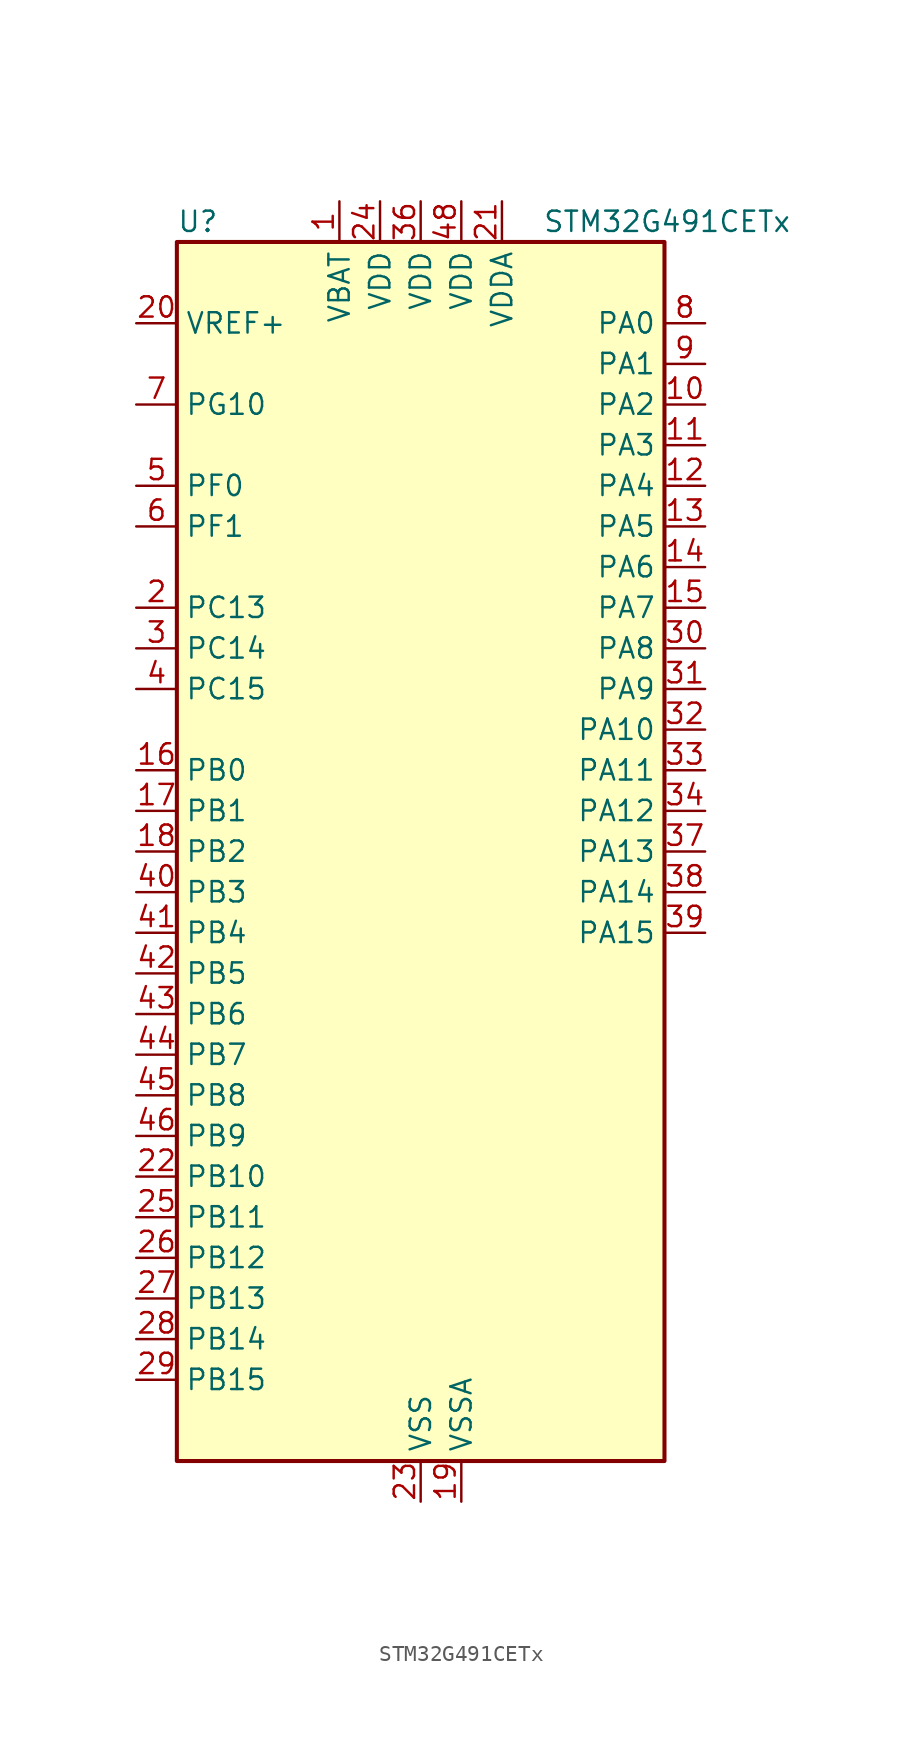
<source format=kicad_sym>
(kicad_symbol_lib
  (version 20241209)
  (generator "kicad_symbol_editor")
  (generator_version "9.0")
  (symbol "STM32G491CETx"
    (property "Reference" "U"
      (at -15.24 39.37 0)
      (effects (font (size 1.27 1.27)) (justify left)))
    (property "Value" "STM32G491CETx"
      (at 7.62 39.37 0)
      (effects (font (size 1.27 1.27)) (justify left)))
    (symbol "STM32G491CETx_0_1"
      (rectangle (start -15.24 -38.1) (end 15.24 38.1) (stroke (width 0.254) (type default)) (fill (type background))))
    (symbol "STM32G491CETx_1_1"
      (pin input line (at -17.78 33.02 0) (length 2.54) (name "VREF+" (effects (font (size 1.27 1.27)))) (number "20" (effects (font (size 1.27 1.27)))) (alternate "VREFBUF_OUT" bidirectional line))
      (pin bidirectional line (at -17.78 27.94 0) (length 2.54) (name "PG10" (effects (font (size 1.27 1.27)))) (number "7" (effects (font (size 1.27 1.27)))) (alternate "DAC1_EXTI10" bidirectional line) (alternate "DAC3_EXTI10" bidirectional line) (alternate "RCC_MCO" bidirectional line))
      (pin bidirectional line (at -17.78 22.86 0) (length 2.54) (name "PF0" (effects (font (size 1.27 1.27)))) (number "5" (effects (font (size 1.27 1.27)))) (alternate "ADC1_IN10" bidirectional line) (alternate "I2C2_SDA" bidirectional line) (alternate "I2S2_WS" bidirectional line) (alternate "RCC_OSC_IN" bidirectional line) (alternate "SPI2_NSS" bidirectional line) (alternate "TIM1_CH3N" bidirectional line))
      (pin bidirectional line (at -17.78 20.32 0) (length 2.54) (name "PF1" (effects (font (size 1.27 1.27)))) (number "6" (effects (font (size 1.27 1.27)))) (alternate "ADC2_IN10" bidirectional line) (alternate "COMP3_INM" bidirectional line) (alternate "I2S2_CK" bidirectional line) (alternate "RCC_OSC_OUT" bidirectional line) (alternate "SPI2_SCK" bidirectional line))
      (pin bidirectional line (at -17.78 15.24 0) (length 2.54) (name "PC13" (effects (font (size 1.27 1.27)))) (number "2" (effects (font (size 1.27 1.27)))) (alternate "RTC_OUT1" bidirectional line) (alternate "RTC_TAMP1" bidirectional line) (alternate "RTC_TS" bidirectional line) (alternate "SYS_WKUP2" bidirectional line) (alternate "TIM1_BKIN" bidirectional line) (alternate "TIM1_CH1N" bidirectional line) (alternate "TIM8_CH4N" bidirectional line))
      (pin bidirectional line (at -17.78 12.7 0) (length 2.54) (name "PC14" (effects (font (size 1.27 1.27)))) (number "3" (effects (font (size 1.27 1.27)))) (alternate "RCC_OSC32_IN" bidirectional line))
      (pin bidirectional line (at -17.78 10.16 0) (length 2.54) (name "PC15" (effects (font (size 1.27 1.27)))) (number "4" (effects (font (size 1.27 1.27)))) (alternate "ADC1_EXTI15" bidirectional line) (alternate "ADC2_EXTI15" bidirectional line) (alternate "RCC_OSC32_OUT" bidirectional line))
      (pin bidirectional line (at -17.78 5.08 0) (length 2.54) (name "PB0" (effects (font (size 1.27 1.27)))) (number "16" (effects (font (size 1.27 1.27)))) (alternate "ADC1_IN15" bidirectional line) (alternate "ADC3_IN12" bidirectional line) (alternate "COMP4_INP" bidirectional line) (alternate "OPAMP2_VINP" bidirectional line) (alternate "OPAMP2_VINP_SEC" bidirectional line) (alternate "OPAMP3_VINP" bidirectional line) (alternate "OPAMP3_VINP_SEC" bidirectional line) (alternate "QUADSPI1_BK1_IO1" bidirectional line) (alternate "TIM1_CH2N" bidirectional line) (alternate "TIM3_CH3" bidirectional line) (alternate "TIM8_CH2N" bidirectional line) (alternate "UCPD1_FRSTX1" bidirectional line) (alternate "UCPD1_FRSTX2" bidirectional line))
      (pin bidirectional line (at -17.78 2.54 0) (length 2.54) (name "PB1" (effects (font (size 1.27 1.27)))) (number "17" (effects (font (size 1.27 1.27)))) (alternate "ADC1_IN12" bidirectional line) (alternate "ADC3_IN1" bidirectional line) (alternate "COMP1_INP" bidirectional line) (alternate "COMP4_OUT" bidirectional line) (alternate "LPUART1_DE" bidirectional line) (alternate "LPUART1_RTS" bidirectional line) (alternate "OPAMP3_VOUT" bidirectional line) (alternate "OPAMP6_VINM" bidirectional line) (alternate "OPAMP6_VINM1" bidirectional line) (alternate "OPAMP6_VINM_SEC" bidirectional line) (alternate "QUADSPI1_BK1_IO0" bidirectional line) (alternate "TIM1_CH3N" bidirectional line) (alternate "TIM3_CH4" bidirectional line) (alternate "TIM8_CH3N" bidirectional line))
      (pin bidirectional line (at -17.78 0 0) (length 2.54) (name "PB2" (effects (font (size 1.27 1.27)))) (number "18" (effects (font (size 1.27 1.27)))) (alternate "ADC2_IN12" bidirectional line) (alternate "ADC3_EXTI2" bidirectional line) (alternate "COMP4_INM" bidirectional line) (alternate "I2C3_SMBA" bidirectional line) (alternate "LPTIM1_OUT" bidirectional line) (alternate "OPAMP3_VINM" bidirectional line) (alternate "OPAMP3_VINM0" bidirectional line) (alternate "OPAMP3_VINM_SEC" bidirectional line) (alternate "QUADSPI1_BK2_IO1" bidirectional line) (alternate "RTC_OUT2" bidirectional line) (alternate "TIM20_CH1" bidirectional line))
      (pin bidirectional line (at -17.78 -2.54 0) (length 2.54) (name "PB3" (effects (font (size 1.27 1.27)))) (number "40" (effects (font (size 1.27 1.27)))) (alternate "ADC3_EXTI3" bidirectional line) (alternate "CRS_SYNC" bidirectional line) (alternate "I2S3_CK" bidirectional line) (alternate "SAI1_SCK_B" bidirectional line) (alternate "SPI1_SCK" bidirectional line) (alternate "SPI3_SCK" bidirectional line) (alternate "SYS_JTDO-SWO" bidirectional line) (alternate "TIM2_CH2" bidirectional line) (alternate "TIM3_ETR" bidirectional line) (alternate "TIM4_ETR" bidirectional line) (alternate "TIM8_CH1N" bidirectional line) (alternate "USART2_TX" bidirectional line))
      (pin bidirectional line (at -17.78 -5.08 0) (length 2.54) (name "PB4" (effects (font (size 1.27 1.27)))) (number "41" (effects (font (size 1.27 1.27)))) (alternate "SAI1_MCLK_B" bidirectional line) (alternate "SPI1_MISO" bidirectional line) (alternate "SPI3_MISO" bidirectional line) (alternate "SYS_JTRST" bidirectional line) (alternate "TIM16_CH1" bidirectional line) (alternate "TIM17_BKIN" bidirectional line) (alternate "TIM3_CH1" bidirectional line) (alternate "TIM8_CH2N" bidirectional line) (alternate "UCPD1_CC2" bidirectional line) (alternate "USART2_RX" bidirectional line))
      (pin bidirectional line (at -17.78 -7.62 0) (length 2.54) (name "PB5" (effects (font (size 1.27 1.27)))) (number "42" (effects (font (size 1.27 1.27)))) (alternate "FDCAN2_RX" bidirectional line) (alternate "I2C1_SMBA" bidirectional line) (alternate "I2C3_SDA" bidirectional line) (alternate "I2S3_SD" bidirectional line) (alternate "LPTIM1_IN1" bidirectional line) (alternate "SAI1_SD_B" bidirectional line) (alternate "SPI1_MOSI" bidirectional line) (alternate "SPI3_MOSI" bidirectional line) (alternate "TIM16_BKIN" bidirectional line) (alternate "TIM17_CH1" bidirectional line) (alternate "TIM3_CH2" bidirectional line) (alternate "TIM8_CH3N" bidirectional line) (alternate "USART2_CK" bidirectional line))
      (pin bidirectional line (at -17.78 -10.16 0) (length 2.54) (name "PB6" (effects (font (size 1.27 1.27)))) (number "43" (effects (font (size 1.27 1.27)))) (alternate "COMP4_OUT" bidirectional line) (alternate "FDCAN2_TX" bidirectional line) (alternate "LPTIM1_ETR" bidirectional line) (alternate "SAI1_FS_B" bidirectional line) (alternate "TIM16_CH1N" bidirectional line) (alternate "TIM4_CH1" bidirectional line) (alternate "TIM8_BKIN2" bidirectional line) (alternate "TIM8_CH1" bidirectional line) (alternate "TIM8_ETR" bidirectional line) (alternate "UCPD1_CC1" bidirectional line) (alternate "USART1_TX" bidirectional line))
      (pin bidirectional line (at -17.78 -12.7 0) (length 2.54) (name "PB7" (effects (font (size 1.27 1.27)))) (number "44" (effects (font (size 1.27 1.27)))) (alternate "COMP3_OUT" bidirectional line) (alternate "I2C1_SDA" bidirectional line) (alternate "LPTIM1_IN2" bidirectional line) (alternate "SYS_PVD_IN" bidirectional line) (alternate "TIM17_CH1N" bidirectional line) (alternate "TIM3_CH4" bidirectional line) (alternate "TIM4_CH2" bidirectional line) (alternate "TIM8_BKIN" bidirectional line) (alternate "USART1_RX" bidirectional line))
      (pin bidirectional line (at -17.78 -15.24 0) (length 2.54) (name "PB8" (effects (font (size 1.27 1.27)))) (number "45" (effects (font (size 1.27 1.27)))) (alternate "COMP1_OUT" bidirectional line) (alternate "FDCAN1_RX" bidirectional line) (alternate "I2C1_SCL" bidirectional line) (alternate "SAI1_CK1" bidirectional line) (alternate "SAI1_MCLK_A" bidirectional line) (alternate "TIM16_CH1" bidirectional line) (alternate "TIM1_BKIN" bidirectional line) (alternate "TIM4_CH3" bidirectional line) (alternate "TIM8_CH2" bidirectional line) (alternate "USART3_RX" bidirectional line))
      (pin bidirectional line (at -17.78 -17.78 0) (length 2.54) (name "PB9" (effects (font (size 1.27 1.27)))) (number "46" (effects (font (size 1.27 1.27)))) (alternate "COMP2_OUT" bidirectional line) (alternate "DAC1_EXTI9" bidirectional line) (alternate "DAC3_EXTI9" bidirectional line) (alternate "FDCAN1_TX" bidirectional line) (alternate "I2C1_SDA" bidirectional line) (alternate "IR_OUT" bidirectional line) (alternate "SAI1_D2" bidirectional line) (alternate "SAI1_FS_A" bidirectional line) (alternate "TIM17_CH1" bidirectional line) (alternate "TIM1_CH3N" bidirectional line) (alternate "TIM4_CH4" bidirectional line) (alternate "TIM8_CH3" bidirectional line) (alternate "USART3_TX" bidirectional line))
      (pin bidirectional line (at -17.78 -20.32 0) (length 2.54) (name "PB10" (effects (font (size 1.27 1.27)))) (number "22" (effects (font (size 1.27 1.27)))) (alternate "DAC1_EXTI10" bidirectional line) (alternate "DAC3_EXTI10" bidirectional line) (alternate "LPUART1_RX" bidirectional line) (alternate "OPAMP3_VINM" bidirectional line) (alternate "OPAMP3_VINM1" bidirectional line) (alternate "OPAMP3_VINM_SEC" bidirectional line) (alternate "QUADSPI1_CLK" bidirectional line) (alternate "SAI1_SCK_A" bidirectional line) (alternate "TIM1_BKIN" bidirectional line) (alternate "TIM2_CH3" bidirectional line) (alternate "USART3_TX" bidirectional line))
      (pin bidirectional line (at -17.78 -22.86 0) (length 2.54) (name "PB11" (effects (font (size 1.27 1.27)))) (number "25" (effects (font (size 1.27 1.27)))) (alternate "ADC1_EXTI11" bidirectional line) (alternate "ADC1_IN14" bidirectional line) (alternate "ADC2_EXTI11" bidirectional line) (alternate "ADC2_IN14" bidirectional line) (alternate "LPUART1_TX" bidirectional line) (alternate "OPAMP6_VOUT" bidirectional line) (alternate "QUADSPI1_BK1_NCS" bidirectional line) (alternate "TIM2_CH4" bidirectional line) (alternate "USART3_RX" bidirectional line))
      (pin bidirectional line (at -17.78 -25.4 0) (length 2.54) (name "PB12" (effects (font (size 1.27 1.27)))) (number "26" (effects (font (size 1.27 1.27)))) (alternate "ADC1_IN11" bidirectional line) (alternate "FDCAN2_RX" bidirectional line) (alternate "I2C2_SMBA" bidirectional line) (alternate "I2S2_WS" bidirectional line) (alternate "LPUART1_DE" bidirectional line) (alternate "LPUART1_RTS" bidirectional line) (alternate "OPAMP6_VINP" bidirectional line) (alternate "OPAMP6_VINP_SEC" bidirectional line) (alternate "SPI2_NSS" bidirectional line) (alternate "TIM1_BKIN" bidirectional line) (alternate "USART3_CK" bidirectional line))
      (pin bidirectional line (at -17.78 -27.94 0) (length 2.54) (name "PB13" (effects (font (size 1.27 1.27)))) (number "27" (effects (font (size 1.27 1.27)))) (alternate "ADC3_IN5" bidirectional line) (alternate "FDCAN2_TX" bidirectional line) (alternate "I2S2_CK" bidirectional line) (alternate "LPUART1_CTS" bidirectional line) (alternate "OPAMP3_VINP" bidirectional line) (alternate "OPAMP3_VINP_SEC" bidirectional line) (alternate "OPAMP6_VINP" bidirectional line) (alternate "OPAMP6_VINP_SEC" bidirectional line) (alternate "SPI2_SCK" bidirectional line) (alternate "TIM1_CH1N" bidirectional line) (alternate "USART3_CTS" bidirectional line) (alternate "USART3_NSS" bidirectional line))
      (pin bidirectional line (at -17.78 -30.48 0) (length 2.54) (name "PB14" (effects (font (size 1.27 1.27)))) (number "28" (effects (font (size 1.27 1.27)))) (alternate "ADC1_IN5" bidirectional line) (alternate "COMP4_OUT" bidirectional line) (alternate "OPAMP2_VINP" bidirectional line) (alternate "OPAMP2_VINP_SEC" bidirectional line) (alternate "SPI2_MISO" bidirectional line) (alternate "TIM15_CH1" bidirectional line) (alternate "TIM1_CH2N" bidirectional line) (alternate "USART3_DE" bidirectional line) (alternate "USART3_RTS" bidirectional line))
      (pin bidirectional line (at -17.78 -33.02 0) (length 2.54) (name "PB15" (effects (font (size 1.27 1.27)))) (number "29" (effects (font (size 1.27 1.27)))) (alternate "ADC1_EXTI15" bidirectional line) (alternate "ADC2_EXTI15" bidirectional line) (alternate "ADC2_IN15" bidirectional line) (alternate "COMP3_OUT" bidirectional line) (alternate "I2S2_SD" bidirectional line) (alternate "RTC_REFIN" bidirectional line) (alternate "SPI2_MOSI" bidirectional line) (alternate "TIM15_CH1N" bidirectional line) (alternate "TIM15_CH2" bidirectional line) (alternate "TIM1_CH3N" bidirectional line))
      (pin power_in line (at -5.08 40.64 270) (length 2.54) (name "VBAT" (effects (font (size 1.27 1.27)))) (number "1" (effects (font (size 1.27 1.27)))))
      (pin power_in line (at -2.54 40.64 270) (length 2.54) (name "VDD" (effects (font (size 1.27 1.27)))) (number "24" (effects (font (size 1.27 1.27)))))
      (pin power_in line (at 0 40.64 270) (length 2.54) (name "VDD" (effects (font (size 1.27 1.27)))) (number "36" (effects (font (size 1.27 1.27)))))
      (pin power_in line (at 0 -40.64 90) (length 2.54) (name "VSS" (effects (font (size 1.27 1.27)))) (number "23" (effects (font (size 1.27 1.27)))))
      (pin passive line (at 0 -40.64 90) (length 2.54) (hide yes) (name "VSS" (effects (font (size 1.27 1.27)))) (number "35" (effects (font (size 1.27 1.27)))))
      (pin passive line (at 0 -40.64 90) (length 2.54) (hide yes) (name "VSS" (effects (font (size 1.27 1.27)))) (number "47" (effects (font (size 1.27 1.27)))))
      (pin power_in line (at 2.54 40.64 270) (length 2.54) (name "VDD" (effects (font (size 1.27 1.27)))) (number "48" (effects (font (size 1.27 1.27)))))
      (pin power_in line (at 2.54 -40.64 90) (length 2.54) (name "VSSA" (effects (font (size 1.27 1.27)))) (number "19" (effects (font (size 1.27 1.27)))))
      (pin power_in line (at 5.08 40.64 270) (length 2.54) (name "VDDA" (effects (font (size 1.27 1.27)))) (number "21" (effects (font (size 1.27 1.27)))))
      (pin bidirectional line (at 17.78 33.02 180) (length 2.54) (name "PA0" (effects (font (size 1.27 1.27)))) (number "8" (effects (font (size 1.27 1.27)))) (alternate "ADC1_IN1" bidirectional line) (alternate "ADC2_IN1" bidirectional line) (alternate "COMP1_INM" bidirectional line) (alternate "COMP1_OUT" bidirectional line) (alternate "COMP3_INP" bidirectional line) (alternate "RTC_TAMP2" bidirectional line) (alternate "SYS_WKUP1" bidirectional line) (alternate "TIM2_CH1" bidirectional line) (alternate "TIM2_ETR" bidirectional line) (alternate "TIM8_BKIN" bidirectional line) (alternate "TIM8_ETR" bidirectional line) (alternate "USART2_CTS" bidirectional line) (alternate "USART2_NSS" bidirectional line))
      (pin bidirectional line (at 17.78 30.48 180) (length 2.54) (name "PA1" (effects (font (size 1.27 1.27)))) (number "9" (effects (font (size 1.27 1.27)))) (alternate "ADC1_IN2" bidirectional line) (alternate "ADC2_IN2" bidirectional line) (alternate "COMP1_INP" bidirectional line) (alternate "OPAMP1_VINP" bidirectional line) (alternate "OPAMP1_VINP_SEC" bidirectional line) (alternate "OPAMP3_VINP" bidirectional line) (alternate "OPAMP3_VINP_SEC" bidirectional line) (alternate "OPAMP6_VINM" bidirectional line) (alternate "OPAMP6_VINM0" bidirectional line) (alternate "OPAMP6_VINM_SEC" bidirectional line) (alternate "RTC_REFIN" bidirectional line) (alternate "TIM15_CH1N" bidirectional line) (alternate "TIM2_CH2" bidirectional line) (alternate "USART2_DE" bidirectional line) (alternate "USART2_RTS" bidirectional line))
      (pin bidirectional line (at 17.78 27.94 180) (length 2.54) (name "PA2" (effects (font (size 1.27 1.27)))) (number "10" (effects (font (size 1.27 1.27)))) (alternate "ADC1_IN3" bidirectional line) (alternate "ADC3_EXTI2" bidirectional line) (alternate "COMP2_INM" bidirectional line) (alternate "COMP2_OUT" bidirectional line) (alternate "LPUART1_TX" bidirectional line) (alternate "OPAMP1_VOUT" bidirectional line) (alternate "QUADSPI1_BK1_NCS" bidirectional line) (alternate "RCC_LSCO" bidirectional line) (alternate "SYS_WKUP4" bidirectional line) (alternate "TIM15_CH1" bidirectional line) (alternate "TIM2_CH3" bidirectional line) (alternate "UCPD1_FRSTX1" bidirectional line) (alternate "UCPD1_FRSTX2" bidirectional line) (alternate "USART2_TX" bidirectional line))
      (pin bidirectional line (at 17.78 25.4 180) (length 2.54) (name "PA3" (effects (font (size 1.27 1.27)))) (number "11" (effects (font (size 1.27 1.27)))) (alternate "ADC1_IN4" bidirectional line) (alternate "ADC3_EXTI3" bidirectional line) (alternate "COMP2_INP" bidirectional line) (alternate "LPUART1_RX" bidirectional line) (alternate "OPAMP1_VINM" bidirectional line) (alternate "OPAMP1_VINM0" bidirectional line) (alternate "OPAMP1_VINM_SEC" bidirectional line) (alternate "OPAMP1_VINP" bidirectional line) (alternate "OPAMP1_VINP_SEC" bidirectional line) (alternate "QUADSPI1_CLK" bidirectional line) (alternate "SAI1_CK1" bidirectional line) (alternate "SAI1_MCLK_A" bidirectional line) (alternate "TIM15_CH2" bidirectional line) (alternate "TIM2_CH4" bidirectional line) (alternate "USART2_RX" bidirectional line))
      (pin bidirectional line (at 17.78 22.86 180) (length 2.54) (name "PA4" (effects (font (size 1.27 1.27)))) (number "12" (effects (font (size 1.27 1.27)))) (alternate "ADC2_IN17" bidirectional line) (alternate "COMP1_INM" bidirectional line) (alternate "DAC1_OUT1" bidirectional line) (alternate "I2S3_WS" bidirectional line) (alternate "SAI1_FS_B" bidirectional line) (alternate "SPI1_NSS" bidirectional line) (alternate "SPI3_NSS" bidirectional line) (alternate "TIM3_CH2" bidirectional line) (alternate "USART2_CK" bidirectional line))
      (pin bidirectional line (at 17.78 20.32 180) (length 2.54) (name "PA5" (effects (font (size 1.27 1.27)))) (number "13" (effects (font (size 1.27 1.27)))) (alternate "ADC2_IN13" bidirectional line) (alternate "COMP2_INM" bidirectional line) (alternate "DAC1_OUT2" bidirectional line) (alternate "OPAMP2_VINM" bidirectional line) (alternate "OPAMP2_VINM0" bidirectional line) (alternate "OPAMP2_VINM_SEC" bidirectional line) (alternate "SPI1_SCK" bidirectional line) (alternate "TIM2_CH1" bidirectional line) (alternate "TIM2_ETR" bidirectional line) (alternate "UCPD1_FRSTX1" bidirectional line) (alternate "UCPD1_FRSTX2" bidirectional line))
      (pin bidirectional line (at 17.78 17.78 180) (length 2.54) (name "PA6" (effects (font (size 1.27 1.27)))) (number "14" (effects (font (size 1.27 1.27)))) (alternate "ADC2_IN3" bidirectional line) (alternate "COMP1_OUT" bidirectional line) (alternate "LPUART1_CTS" bidirectional line) (alternate "OPAMP2_VOUT" bidirectional line) (alternate "QUADSPI1_BK1_IO3" bidirectional line) (alternate "SPI1_MISO" bidirectional line) (alternate "TIM16_CH1" bidirectional line) (alternate "TIM1_BKIN" bidirectional line) (alternate "TIM3_CH1" bidirectional line) (alternate "TIM8_BKIN" bidirectional line))
      (pin bidirectional line (at 17.78 15.24 180) (length 2.54) (name "PA7" (effects (font (size 1.27 1.27)))) (number "15" (effects (font (size 1.27 1.27)))) (alternate "ADC2_IN4" bidirectional line) (alternate "COMP2_INP" bidirectional line) (alternate "COMP2_OUT" bidirectional line) (alternate "OPAMP1_VINP" bidirectional line) (alternate "OPAMP1_VINP_SEC" bidirectional line) (alternate "OPAMP2_VINP" bidirectional line) (alternate "OPAMP2_VINP_SEC" bidirectional line) (alternate "QUADSPI1_BK1_IO2" bidirectional line) (alternate "SPI1_MOSI" bidirectional line) (alternate "TIM17_CH1" bidirectional line) (alternate "TIM1_CH1N" bidirectional line) (alternate "TIM3_CH2" bidirectional line) (alternate "TIM8_CH1N" bidirectional line) (alternate "UCPD1_FRSTX1" bidirectional line) (alternate "UCPD1_FRSTX2" bidirectional line))
      (pin bidirectional line (at 17.78 12.7 180) (length 2.54) (name "PA8" (effects (font (size 1.27 1.27)))) (number "30" (effects (font (size 1.27 1.27)))) (alternate "I2C2_SDA" bidirectional line) (alternate "I2C3_SCL" bidirectional line) (alternate "I2S2_MCK" bidirectional line) (alternate "RCC_MCO" bidirectional line) (alternate "SAI1_CK2" bidirectional line) (alternate "SAI1_SCK_A" bidirectional line) (alternate "TIM1_CH1" bidirectional line) (alternate "TIM4_ETR" bidirectional line) (alternate "USART1_CK" bidirectional line))
      (pin bidirectional line (at 17.78 10.16 180) (length 2.54) (name "PA9" (effects (font (size 1.27 1.27)))) (number "31" (effects (font (size 1.27 1.27)))) (alternate "DAC1_EXTI9" bidirectional line) (alternate "DAC3_EXTI9" bidirectional line) (alternate "I2C2_SCL" bidirectional line) (alternate "I2C3_SMBA" bidirectional line) (alternate "I2S3_MCK" bidirectional line) (alternate "SAI1_FS_A" bidirectional line) (alternate "TIM15_BKIN" bidirectional line) (alternate "TIM1_CH2" bidirectional line) (alternate "TIM2_CH3" bidirectional line) (alternate "UCPD1_DBCC1" bidirectional line) (alternate "USART1_TX" bidirectional line))
      (pin bidirectional line (at 17.78 7.62 180) (length 2.54) (name "PA10" (effects (font (size 1.27 1.27)))) (number "32" (effects (font (size 1.27 1.27)))) (alternate "CRS_SYNC" bidirectional line) (alternate "DAC1_EXTI10" bidirectional line) (alternate "DAC3_EXTI10" bidirectional line) (alternate "I2C2_SMBA" bidirectional line) (alternate "SAI1_D1" bidirectional line) (alternate "SAI1_SD_A" bidirectional line) (alternate "SPI2_MISO" bidirectional line) (alternate "TIM17_BKIN" bidirectional line) (alternate "TIM1_CH3" bidirectional line) (alternate "TIM2_CH4" bidirectional line) (alternate "TIM8_BKIN" bidirectional line) (alternate "UCPD1_DBCC2" bidirectional line) (alternate "USART1_RX" bidirectional line))
      (pin bidirectional line (at 17.78 5.08 180) (length 2.54) (name "PA11" (effects (font (size 1.27 1.27)))) (number "33" (effects (font (size 1.27 1.27)))) (alternate "ADC1_EXTI11" bidirectional line) (alternate "ADC2_EXTI11" bidirectional line) (alternate "COMP1_OUT" bidirectional line) (alternate "FDCAN1_RX" bidirectional line) (alternate "I2S2_SD" bidirectional line) (alternate "SPI2_MOSI" bidirectional line) (alternate "TIM1_BKIN2" bidirectional line) (alternate "TIM1_CH1N" bidirectional line) (alternate "TIM1_CH4" bidirectional line) (alternate "TIM4_CH1" bidirectional line) (alternate "USART1_CTS" bidirectional line) (alternate "USART1_NSS" bidirectional line) (alternate "USB_DM" bidirectional line))
      (pin bidirectional line (at 17.78 2.54 180) (length 2.54) (name "PA12" (effects (font (size 1.27 1.27)))) (number "34" (effects (font (size 1.27 1.27)))) (alternate "COMP2_OUT" bidirectional line) (alternate "FDCAN1_TX" bidirectional line) (alternate "I2S_CKIN" bidirectional line) (alternate "TIM16_CH1" bidirectional line) (alternate "TIM1_CH2N" bidirectional line) (alternate "TIM1_ETR" bidirectional line) (alternate "TIM4_CH2" bidirectional line) (alternate "USART1_DE" bidirectional line) (alternate "USART1_RTS" bidirectional line) (alternate "USB_DP" bidirectional line))
      (pin bidirectional line (at 17.78 0 180) (length 2.54) (name "PA13" (effects (font (size 1.27 1.27)))) (number "37" (effects (font (size 1.27 1.27)))) (alternate "I2C1_SCL" bidirectional line) (alternate "IR_OUT" bidirectional line) (alternate "SAI1_SD_B" bidirectional line) (alternate "SYS_JTMS-SWDIO" bidirectional line) (alternate "TIM16_CH1N" bidirectional line) (alternate "TIM4_CH3" bidirectional line) (alternate "USART3_CTS" bidirectional line) (alternate "USART3_NSS" bidirectional line))
      (pin bidirectional line (at 17.78 -2.54 180) (length 2.54) (name "PA14" (effects (font (size 1.27 1.27)))) (number "38" (effects (font (size 1.27 1.27)))) (alternate "I2C1_SDA" bidirectional line) (alternate "LPTIM1_OUT" bidirectional line) (alternate "SAI1_FS_B" bidirectional line) (alternate "SYS_JTCK-SWCLK" bidirectional line) (alternate "TIM1_BKIN" bidirectional line) (alternate "TIM8_CH2" bidirectional line) (alternate "USART2_TX" bidirectional line))
      (pin bidirectional line (at 17.78 -5.08 180) (length 2.54) (name "PA15" (effects (font (size 1.27 1.27)))) (number "39" (effects (font (size 1.27 1.27)))) (alternate "ADC1_EXTI15" bidirectional line) (alternate "ADC2_EXTI15" bidirectional line) (alternate "I2C1_SCL" bidirectional line) (alternate "I2S3_WS" bidirectional line) (alternate "SPI1_NSS" bidirectional line) (alternate "SPI3_NSS" bidirectional line) (alternate "SYS_JTDI" bidirectional line) (alternate "TIM1_BKIN" bidirectional line) (alternate "TIM20_ETR" bidirectional line) (alternate "TIM2_CH1" bidirectional line) (alternate "TIM2_ETR" bidirectional line) (alternate "TIM8_CH1" bidirectional line) (alternate "USART2_RX" bidirectional line)))))
</source>
